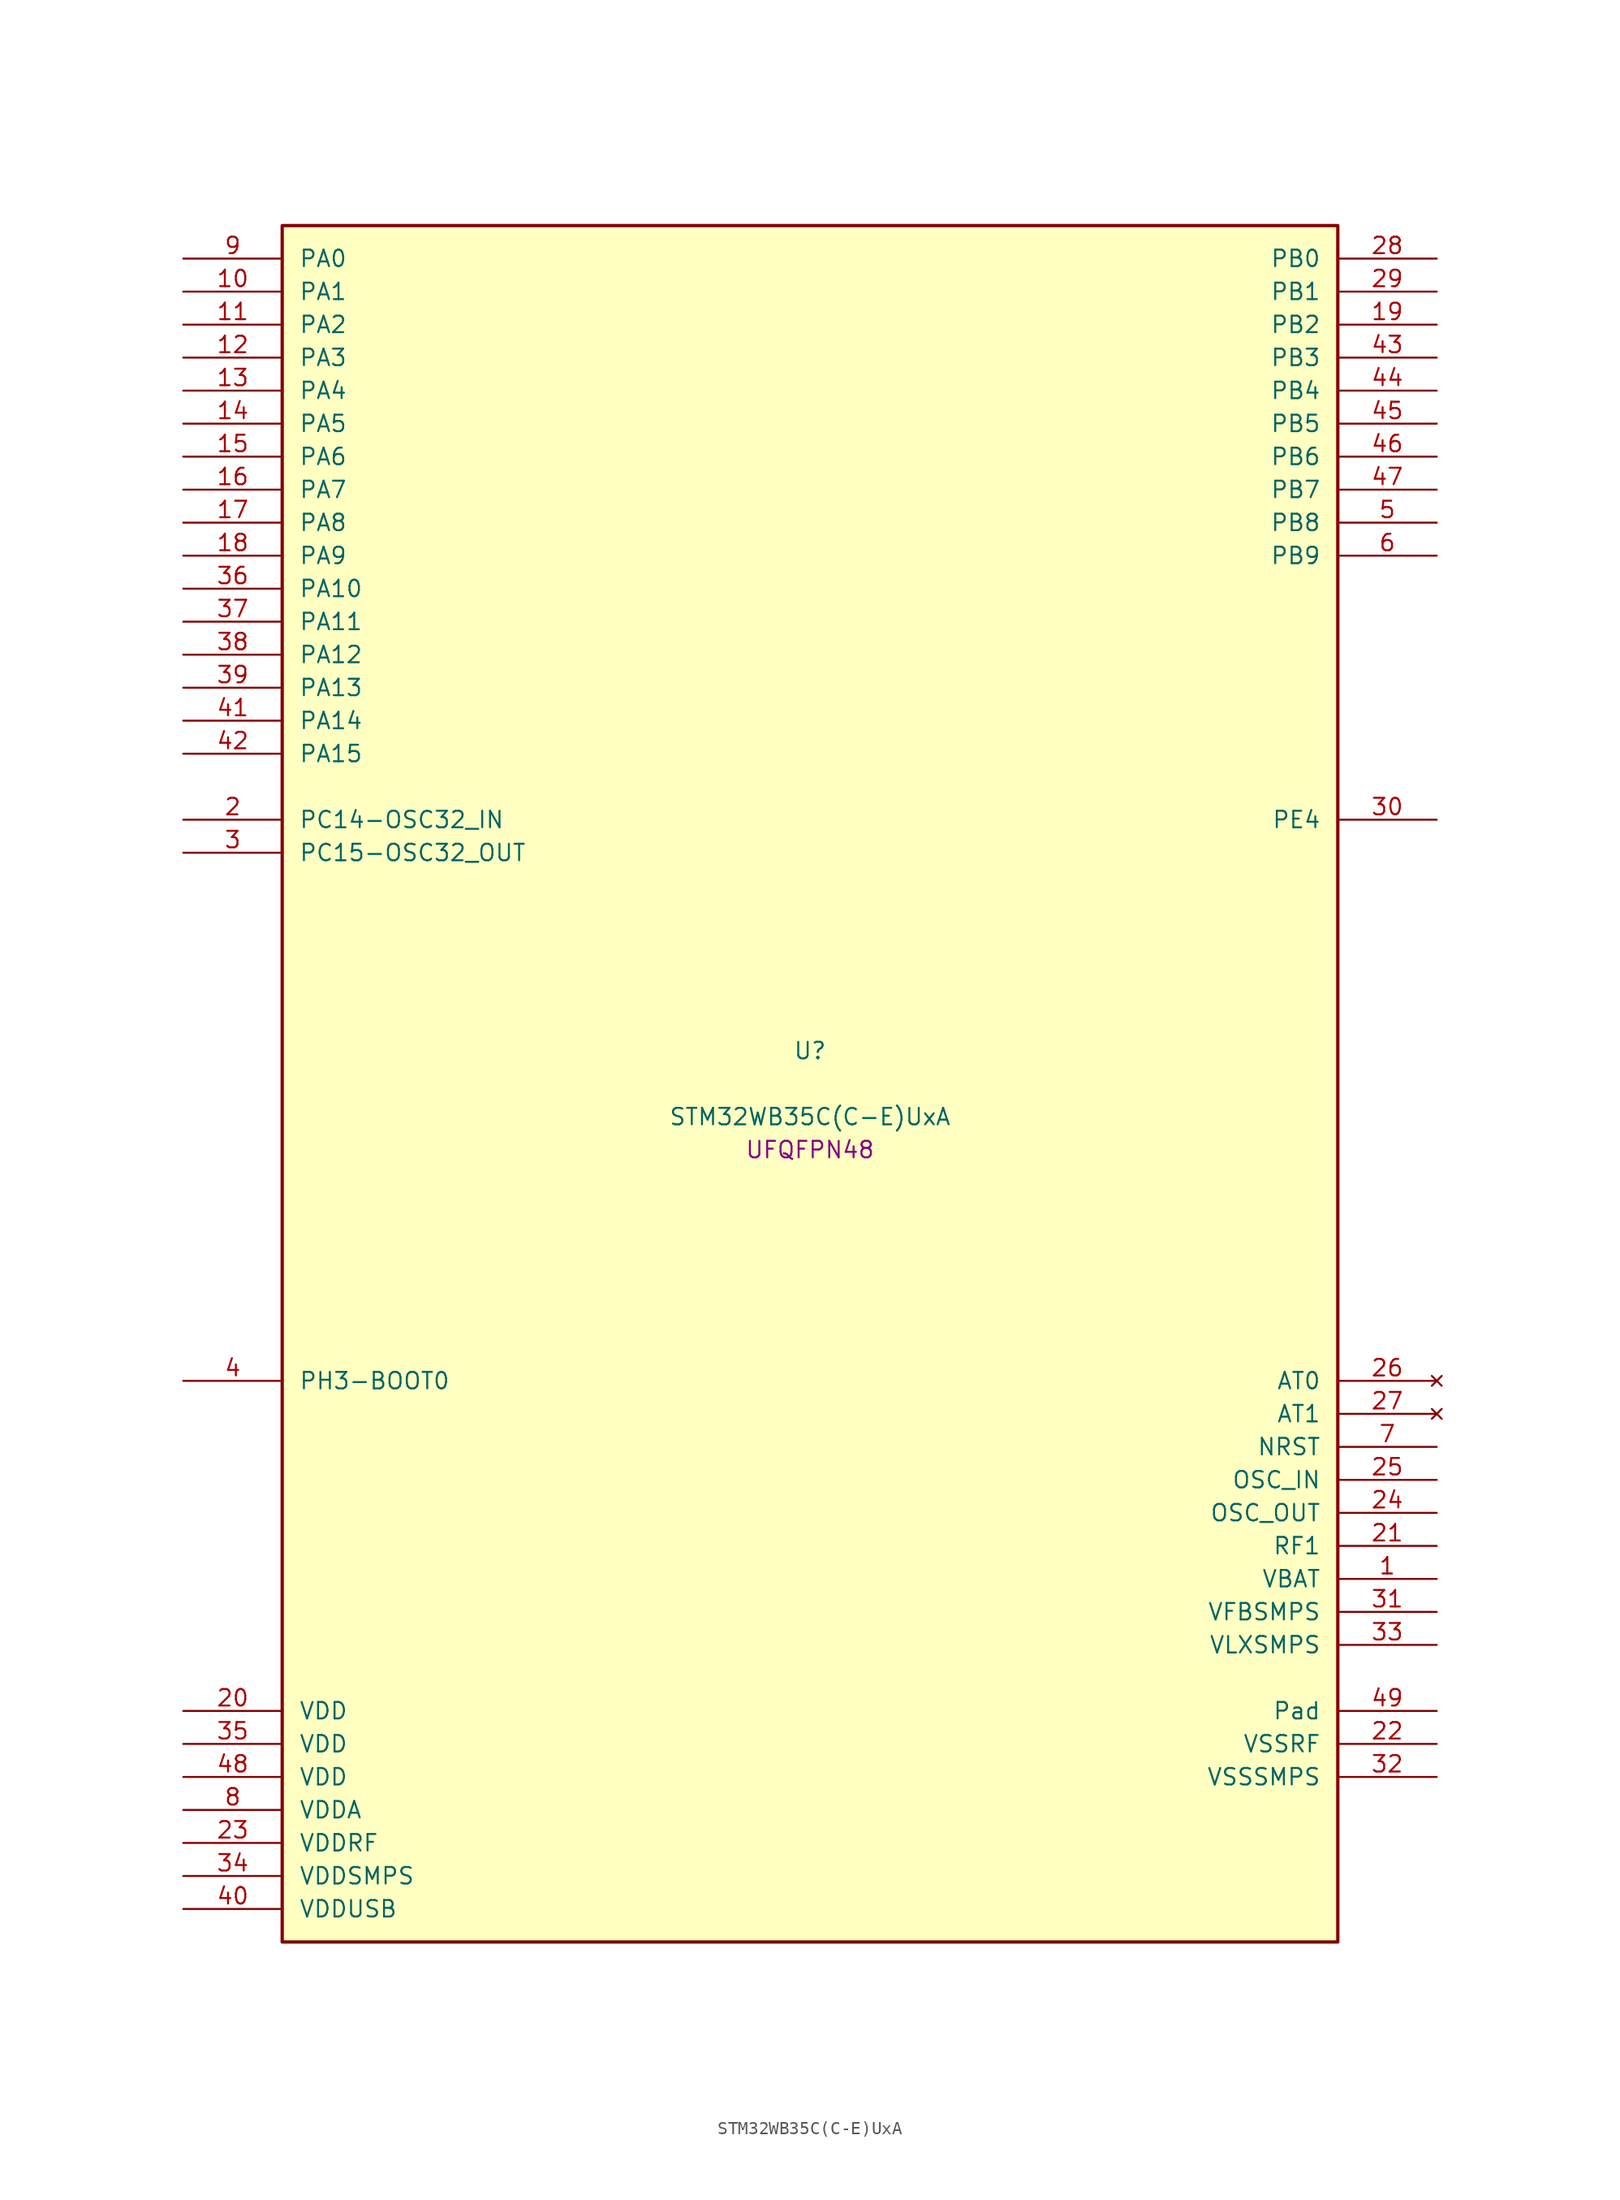
<source format=kicad_sym>
(kicad_symbol_lib
  (version 20241209)
  (generator "stm32_pkl_generator")
  (generator_version "1.0")
  (symbol "STM32WB35C(C-E)UxA"
    (pin_names
      (offset 1.27))
    (property "Reference" "U"
      (at 0 2.54 0))
    (property "Value" "STM32WB35C(C-E)UxA"
      (at 0 -2.54 0))
    (property "Footprint" "UFQFPN48"
      (at 0 -5.08 0))
    (symbol "STM32WB35C(C-E)UxA_1_1"
      (rectangle (start -40.64 66.04) (end 40.64 -66.04) (stroke (width 0.254) (type solid)) (fill (type background)))
      (pin bidirectional line (at -48.26 63.5 0) (length 7.62) (name "PA0") (number "9") (alternate "PA0/ADC1_IN5" bidirectional line) (alternate "PA0/COMP1_INM" bidirectional line) (alternate "PA0/COMP1_OUT" bidirectional line) (alternate "PA0/RTC_TAMP2" bidirectional line) (alternate "PA0/SAI1_EXTCLK" bidirectional line) (alternate "PA0/SYS_WKUP1" bidirectional line) (alternate "PA0/TIM2_CH1" bidirectional line) (alternate "PA0/TIM2_ETR" bidirectional line))
      (pin bidirectional line (at -48.26 60.96 0) (length 7.62) (name "PA1") (number "10") (alternate "PA1/ADC1_IN6" bidirectional line) (alternate "PA1/COMP1_INP" bidirectional line) (alternate "PA1/I2C1_SMBA" bidirectional line) (alternate "PA1/SPI1_SCK" bidirectional line) (alternate "PA1/TIM2_CH2" bidirectional line))
      (pin bidirectional line (at -48.26 58.42 0) (length 7.62) (name "PA2") (number "11") (alternate "PA2/ADC1_IN7" bidirectional line) (alternate "PA2/COMP2_INM" bidirectional line) (alternate "PA2/COMP2_OUT" bidirectional line) (alternate "PA2/LPUART1_TX" bidirectional line) (alternate "PA2/QUADSPI_BK1_NCS" bidirectional line) (alternate "PA2/RCC_LSCO" bidirectional line) (alternate "PA2/SYS_WKUP4" bidirectional line) (alternate "PA2/TIM2_CH3" bidirectional line))
      (pin bidirectional line (at -48.26 55.88 0) (length 7.62) (name "PA3") (number "12") (alternate "PA3/ADC1_IN8" bidirectional line) (alternate "PA3/COMP2_INP" bidirectional line) (alternate "PA3/LPUART1_RX" bidirectional line) (alternate "PA3/QUADSPI_CLK" bidirectional line) (alternate "PA3/SAI1_CK1" bidirectional line) (alternate "PA3/SAI1_MCLK_A" bidirectional line) (alternate "PA3/TIM2_CH4" bidirectional line))
      (pin bidirectional line (at -48.26 53.34 0) (length 7.62) (name "PA4") (number "13") (alternate "PA4/ADC1_IN9" bidirectional line) (alternate "PA4/COMP1_INM" bidirectional line) (alternate "PA4/COMP2_INM" bidirectional line) (alternate "PA4/LPTIM2_OUT" bidirectional line) (alternate "PA4/SAI1_FS_B" bidirectional line) (alternate "PA4/SPI1_NSS" bidirectional line))
      (pin bidirectional line (at -48.26 50.8 0) (length 7.62) (name "PA5") (number "14") (alternate "PA5/ADC1_IN10" bidirectional line) (alternate "PA5/COMP1_INM" bidirectional line) (alternate "PA5/COMP2_INM" bidirectional line) (alternate "PA5/LPTIM2_ETR" bidirectional line) (alternate "PA5/SAI1_SD_B" bidirectional line) (alternate "PA5/SPI1_SCK" bidirectional line) (alternate "PA5/TIM2_CH1" bidirectional line) (alternate "PA5/TIM2_ETR" bidirectional line))
      (pin bidirectional line (at -48.26 48.26 0) (length 7.62) (name "PA6") (number "15") (alternate "PA6/ADC1_IN11" bidirectional line) (alternate "PA6/LPUART1_CTS" bidirectional line) (alternate "PA6/QUADSPI_BK1_IO3" bidirectional line) (alternate "PA6/SPI1_MISO" bidirectional line) (alternate "PA6/TIM16_CH1" bidirectional line) (alternate "PA6/TIM1_BKIN" bidirectional line))
      (pin bidirectional line (at -48.26 45.72 0) (length 7.62) (name "PA7") (number "16") (alternate "PA7/ADC1_IN12" bidirectional line) (alternate "PA7/COMP2_OUT" bidirectional line) (alternate "PA7/I2C3_SCL" bidirectional line) (alternate "PA7/QUADSPI_BK1_IO2" bidirectional line) (alternate "PA7/SPI1_MOSI" bidirectional line) (alternate "PA7/TIM17_CH1" bidirectional line) (alternate "PA7/TIM1_CH1N" bidirectional line))
      (pin bidirectional line (at -48.26 43.18 0) (length 7.62) (name "PA8") (number "17") (alternate "PA8/ADC1_IN15" bidirectional line) (alternate "PA8/LPTIM2_OUT" bidirectional line) (alternate "PA8/RCC_MCO" bidirectional line) (alternate "PA8/SAI1_CK2" bidirectional line) (alternate "PA8/SAI1_SCK_A" bidirectional line) (alternate "PA8/TIM1_CH1" bidirectional line) (alternate "PA8/USART1_CK" bidirectional line))
      (pin bidirectional line (at -48.26 40.64 0) (length 7.62) (name "PA9") (number "18") (alternate "PA9/ADC1_IN16" bidirectional line) (alternate "PA9/COMP1_INM" bidirectional line) (alternate "PA9/I2C1_SCL" bidirectional line) (alternate "PA9/SAI1_D2" bidirectional line) (alternate "PA9/SAI1_FS_A" bidirectional line) (alternate "PA9/TIM1_CH2" bidirectional line) (alternate "PA9/USART1_TX" bidirectional line))
      (pin bidirectional line (at -48.26 38.1 0) (length 7.62) (name "PA10") (number "36") (alternate "PA10/CRS_SYNC" bidirectional line) (alternate "PA10/I2C1_SDA" bidirectional line) (alternate "PA10/SAI1_D1" bidirectional line) (alternate "PA10/SAI1_SD_A" bidirectional line) (alternate "PA10/TIM17_BKIN" bidirectional line) (alternate "PA10/TIM1_CH3" bidirectional line) (alternate "PA10/USART1_RX" bidirectional line))
      (pin bidirectional line (at -48.26 35.56 0) (length 7.62) (name "PA11") (number "37") (alternate "PA11/ADC1_EXTI11" bidirectional line) (alternate "PA11/SPI1_MISO" bidirectional line) (alternate "PA11/TIM1_BKIN2" bidirectional line) (alternate "PA11/TIM1_CH4" bidirectional line) (alternate "PA11/USART1_CTS" bidirectional line) (alternate "PA11/USART1_NSS" bidirectional line) (alternate "PA11/USB_DM" bidirectional line))
      (pin bidirectional line (at -48.26 33.02 0) (length 7.62) (name "PA12") (number "38") (alternate "PA12/LPUART1_RX" bidirectional line) (alternate "PA12/SPI1_MOSI" bidirectional line) (alternate "PA12/TIM1_ETR" bidirectional line) (alternate "PA12/USART1_DE" bidirectional line) (alternate "PA12/USART1_RTS" bidirectional line) (alternate "PA12/USB_DP" bidirectional line))
      (pin bidirectional line (at -48.26 30.48 0) (length 7.62) (name "PA13") (number "39") (alternate "PA13/IR_OUT" bidirectional line) (alternate "PA13/SAI1_SD_B" bidirectional line) (alternate "PA13/SYS_JTMS-SWDIO" bidirectional line) (alternate "PA13/USB_NOE" bidirectional line))
      (pin bidirectional line (at -48.26 27.94 0) (length 7.62) (name "PA14") (number "41") (alternate "PA14/I2C1_SMBA" bidirectional line) (alternate "PA14/LPTIM1_OUT" bidirectional line) (alternate "PA14/SAI1_FS_B" bidirectional line) (alternate "PA14/SYS_JTCK-SWCLK" bidirectional line))
      (pin bidirectional line (at -48.26 25.4 0) (length 7.62) (name "PA15") (number "42") (alternate "PA15/ADC1_EXTI15" bidirectional line) (alternate "PA15/RCC_MCO" bidirectional line) (alternate "PA15/SPI1_NSS" bidirectional line) (alternate "PA15/SYS_JTDI" bidirectional line) (alternate "PA15/TIM2_CH1" bidirectional line) (alternate "PA15/TIM2_ETR" bidirectional line))
      (pin bidirectional line (at 48.26 63.5 180) (length 7.62) (name "PB0") (number "28") (alternate "PB0/COMP1_OUT" bidirectional line) (alternate "PB0/RF_TX_MOD_EXT_PA" bidirectional line))
      (pin bidirectional line (at 48.26 60.96 180) (length 7.62) (name "PB1") (number "29") (alternate "PB1/LPTIM2_IN1" bidirectional line) (alternate "PB1/LPUART1_DE" bidirectional line) (alternate "PB1/LPUART1_RTS" bidirectional line))
      (pin bidirectional line (at 48.26 58.42 180) (length 7.62) (name "PB2") (number "19") (alternate "PB2/COMP1_INP" bidirectional line) (alternate "PB2/I2C3_SMBA" bidirectional line) (alternate "PB2/LPTIM1_OUT" bidirectional line) (alternate "PB2/RTC_OUT2" bidirectional line) (alternate "PB2/SAI1_EXTCLK" bidirectional line) (alternate "PB2/SPI1_NSS" bidirectional line))
      (pin bidirectional line (at 48.26 55.88 180) (length 7.62) (name "PB3") (number "43") (alternate "PB3/COMP2_INM" bidirectional line) (alternate "PB3/SAI1_SCK_B" bidirectional line) (alternate "PB3/SPI1_SCK" bidirectional line) (alternate "PB3/SYS_JTDO-SWO" bidirectional line) (alternate "PB3/TIM2_CH2" bidirectional line) (alternate "PB3/USART1_DE" bidirectional line) (alternate "PB3/USART1_RTS" bidirectional line))
      (pin bidirectional line (at 48.26 53.34 180) (length 7.62) (name "PB4") (number "44") (alternate "PB4/COMP2_INP" bidirectional line) (alternate "PB4/I2C3_SDA" bidirectional line) (alternate "PB4/SAI1_MCLK_B" bidirectional line) (alternate "PB4/SPI1_MISO" bidirectional line) (alternate "PB4/SYS_JTRST" bidirectional line) (alternate "PB4/TIM17_BKIN" bidirectional line) (alternate "PB4/USART1_CTS" bidirectional line) (alternate "PB4/USART1_NSS" bidirectional line))
      (pin bidirectional line (at 48.26 50.8 180) (length 7.62) (name "PB5") (number "45") (alternate "PB5/COMP2_OUT" bidirectional line) (alternate "PB5/I2C1_SMBA" bidirectional line) (alternate "PB5/LPTIM1_IN1" bidirectional line) (alternate "PB5/LPUART1_TX" bidirectional line) (alternate "PB5/SAI1_SD_B" bidirectional line) (alternate "PB5/SPI1_MOSI" bidirectional line) (alternate "PB5/TIM16_BKIN" bidirectional line) (alternate "PB5/USART1_CK" bidirectional line))
      (pin bidirectional line (at 48.26 48.26 180) (length 7.62) (name "PB6") (number "46") (alternate "PB6/COMP2_INP" bidirectional line) (alternate "PB6/I2C1_SCL" bidirectional line) (alternate "PB6/LPTIM1_ETR" bidirectional line) (alternate "PB6/RCC_MCO" bidirectional line) (alternate "PB6/SAI1_FS_B" bidirectional line) (alternate "PB6/TIM16_CH1N" bidirectional line) (alternate "PB6/USART1_TX" bidirectional line))
      (pin bidirectional line (at 48.26 45.72 180) (length 7.62) (name "PB7") (number "47") (alternate "PB7/COMP2_INM" bidirectional line) (alternate "PB7/I2C1_SDA" bidirectional line) (alternate "PB7/LPTIM1_IN2" bidirectional line) (alternate "PB7/SYS_PVD_IN" bidirectional line) (alternate "PB7/TIM17_CH1N" bidirectional line) (alternate "PB7/TIM1_BKIN" bidirectional line) (alternate "PB7/USART1_RX" bidirectional line))
      (pin bidirectional line (at 48.26 43.18 180) (length 7.62) (name "PB8") (number "5") (alternate "PB8/I2C1_SCL" bidirectional line) (alternate "PB8/QUADSPI_BK1_IO1" bidirectional line) (alternate "PB8/SAI1_CK1" bidirectional line) (alternate "PB8/SAI1_MCLK_A" bidirectional line) (alternate "PB8/TIM16_CH1" bidirectional line) (alternate "PB8/TIM1_CH2N" bidirectional line))
      (pin bidirectional line (at 48.26 40.64 180) (length 7.62) (name "PB9") (number "6") (alternate "PB9/I2C1_SDA" bidirectional line) (alternate "PB9/IR_OUT" bidirectional line) (alternate "PB9/QUADSPI_BK1_IO0" bidirectional line) (alternate "PB9/SAI1_D2" bidirectional line) (alternate "PB9/SAI1_FS_A" bidirectional line) (alternate "PB9/TIM17_CH1" bidirectional line) (alternate "PB9/TIM1_CH3N" bidirectional line))
      (pin bidirectional line (at -48.26 20.32 0) (length 7.62) (name "PC14-OSC32_IN") (number "2") (alternate "PC14-OSC32_IN/RCC_OSC32_IN" bidirectional line))
      (pin bidirectional line (at -48.26 17.78 0) (length 7.62) (name "PC15-OSC32_OUT") (number "3") (alternate "PC15-OSC32_OUT/ADC1_EXTI15" bidirectional line) (alternate "PC15-OSC32_OUT/RCC_OSC32_OUT" bidirectional line))
      (pin bidirectional line (at 48.26 20.32 180) (length 7.62) (name "PE4") (number "30"))
      (pin bidirectional line (at -48.26 -22.86 0) (length 7.62) (name "PH3-BOOT0") (number "4") (alternate "PH3-BOOT0/RCC_LSCO" bidirectional line))
      (pin no_connect line (at 48.26 -22.86 180) (length 7.62) (name "AT0") (number "26"))
      (pin no_connect line (at 48.26 -25.4 180) (length 7.62) (name "AT1") (number "27"))
      (pin input line (at 48.26 -27.94 180) (length 7.62) (name "NRST") (number "7"))
      (pin bidirectional line (at 48.26 -30.48 180) (length 7.62) (name "OSC_IN") (number "25") (alternate "OSC_IN/RCC_OSC_IN" bidirectional line))
      (pin bidirectional line (at 48.26 -33.02 180) (length 7.62) (name "OSC_OUT") (number "24") (alternate "OSC_OUT/RCC_OSC_OUT" bidirectional line))
      (pin bidirectional line (at 48.26 -35.56 180) (length 7.62) (name "RF1") (number "21") (alternate "RF1/RF_RF1" bidirectional line))
      (pin power_in line (at 48.26 -38.1 180) (length 7.62) (name "VBAT") (number "1"))
      (pin power_in line (at 48.26 -40.64 180) (length 7.62) (name "VFBSMPS") (number "31"))
      (pin power_in line (at 48.26 -43.18 180) (length 7.62) (name "VLXSMPS") (number "33"))
      (pin power_in line (at -48.26 -48.26 0) (length 7.62) (name "VDD") (number "20"))
      (pin power_in line (at -48.26 -50.8 0) (length 7.62) (name "VDD") (number "35"))
      (pin power_in line (at -48.26 -53.34 0) (length 7.62) (name "VDD") (number "48"))
      (pin power_in line (at -48.26 -55.88 0) (length 7.62) (name "VDDA") (number "8"))
      (pin power_in line (at -48.26 -58.42 0) (length 7.62) (name "VDDRF") (number "23"))
      (pin power_in line (at -48.26 -60.96 0) (length 7.62) (name "VDDSMPS") (number "34"))
      (pin power_in line (at -48.26 -63.5 0) (length 7.62) (name "VDDUSB") (number "40"))
      (pin passive line (at 48.26 -48.26 180) (length 7.62) (name "Pad") (number "49"))
      (pin power_in line (at 48.26 -50.8 180) (length 7.62) (name "VSSRF") (number "22"))
      (pin power_in line (at 48.26 -53.34 180) (length 7.62) (name "VSSSMPS") (number "32")))))
</source>
